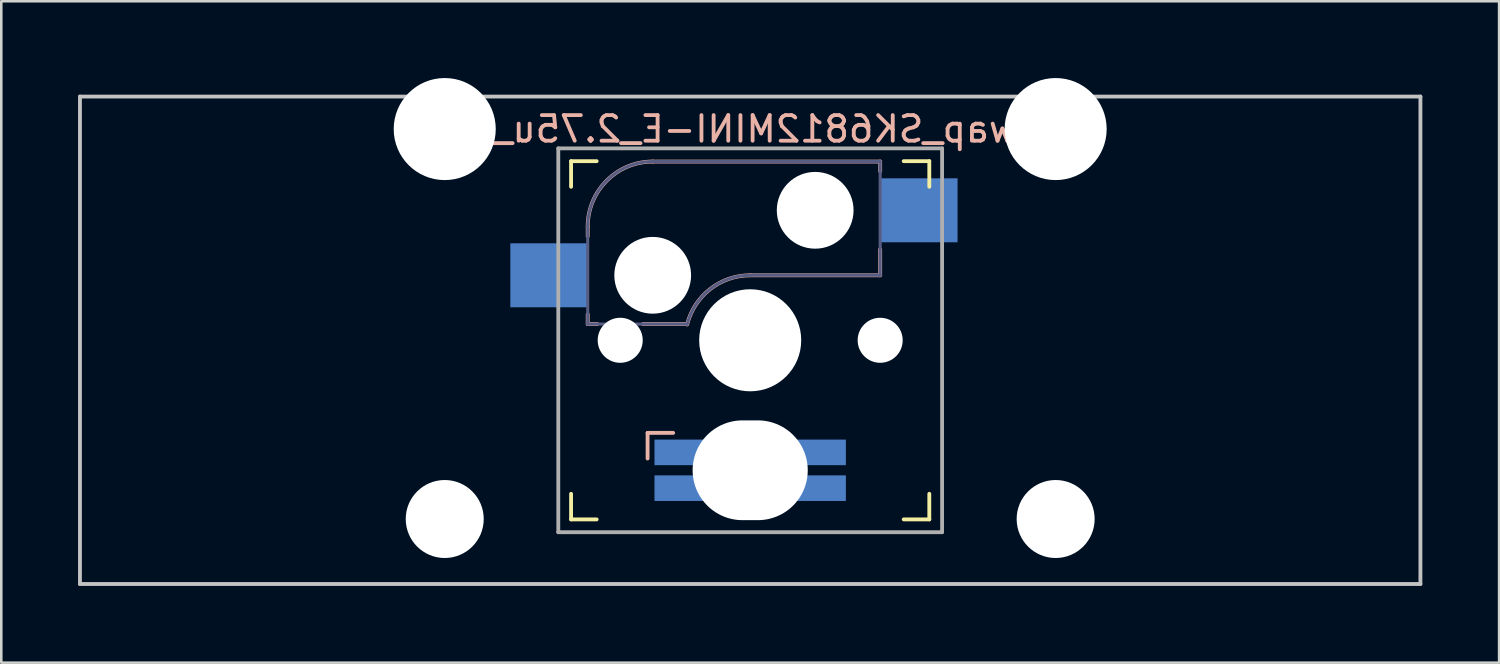
<source format=kicad_pcb>
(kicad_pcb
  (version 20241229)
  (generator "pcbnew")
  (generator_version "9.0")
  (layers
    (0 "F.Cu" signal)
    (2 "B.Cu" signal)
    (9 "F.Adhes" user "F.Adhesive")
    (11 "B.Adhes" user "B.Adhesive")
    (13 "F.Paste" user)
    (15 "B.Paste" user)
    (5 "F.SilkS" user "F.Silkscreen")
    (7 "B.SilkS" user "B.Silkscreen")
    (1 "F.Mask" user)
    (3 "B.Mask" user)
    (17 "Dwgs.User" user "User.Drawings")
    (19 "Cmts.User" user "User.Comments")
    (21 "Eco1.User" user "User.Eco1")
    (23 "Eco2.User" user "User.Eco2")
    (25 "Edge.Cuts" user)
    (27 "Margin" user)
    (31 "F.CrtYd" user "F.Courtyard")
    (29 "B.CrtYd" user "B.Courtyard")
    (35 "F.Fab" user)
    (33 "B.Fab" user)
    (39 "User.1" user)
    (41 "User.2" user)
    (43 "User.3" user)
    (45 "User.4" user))
  (footprint "Hotswap_SK6812MINI-E_2.75u_1_Alt"
    (layer "F.Cu")
    (at 26.269 10.249)
    (property "Reference" "Hotswap_SK6812MINI-E_2.75u_1_Alt" (at 0 -8.255 0) (layer "B.SilkS") (effects (font (size 1 1) (thickness 0.15)) (justify mirror)))
    (attr through_hole)
    (fp_line (start -7 -6) (end -7 -7) (stroke (width 0.15) (type solid)) (layer "F.SilkS"))
    (fp_line (start -7 7) (end -7 6) (stroke (width 0.15) (type solid)) (layer "F.SilkS"))
    (fp_line (start -7 7) (end -6 7) (stroke (width 0.15) (type solid)) (layer "F.SilkS"))
    (fp_line (start -6 -7) (end -7 -7) (stroke (width 0.15) (type solid)) (layer "F.SilkS"))
    (fp_line (start 6 7) (end 7 7) (stroke (width 0.15) (type solid)) (layer "F.SilkS"))
    (fp_line (start 7 -7) (end 6 -7) (stroke (width 0.15) (type solid)) (layer "F.SilkS"))
    (fp_line (start 7 -7) (end 7 -6) (stroke (width 0.15) (type solid)) (layer "F.SilkS"))
    (fp_line (start 7 6) (end 7 7) (stroke (width 0.15) (type solid)) (layer "F.SilkS"))
    (fp_line (start -6.35 -4.445) (end -6.35 -4.064) (stroke (width 0.15) (type solid)) (layer "B.SilkS"))
    (fp_line (start -6.35 -1.016) (end -6.35 -0.635) (stroke (width 0.15) (type solid)) (layer "B.SilkS"))
    (fp_line (start -6.35 -0.635) (end -5.969 -0.635) (stroke (width 0.15) (type solid)) (layer "B.SilkS"))
    (fp_line (start -4.191 -0.635) (end -2.54 -0.635) (stroke (width 0.15) (type solid)) (layer "B.SilkS"))
    (fp_line (start -4.01 4.62) (end -4.01 3.619) (stroke (width 0.15) (type solid)) (layer "B.SilkS"))
    (fp_line (start -3.01 3.619) (end -4.01 3.619) (stroke (width 0.15) (type solid)) (layer "B.SilkS"))
    (fp_line (start 0 -2.54) (end 5.08 -2.54) (stroke (width 0.15) (type solid)) (layer "B.SilkS"))
    (fp_line (start 5.08 -6.985) (end -3.81 -6.985) (stroke (width 0.15) (type solid)) (layer "B.SilkS"))
    (fp_line (start 5.08 -6.604) (end 5.08 -6.985) (stroke (width 0.15) (type solid)) (layer "B.SilkS"))
    (fp_line (start 5.08 -2.54) (end 5.08 -3.556) (stroke (width 0.15) (type solid)) (layer "B.SilkS"))
    (fp_arc (start -6.35 -4.445) (mid -5.606051 -6.241051) (end -3.81 -6.985) (stroke (width 0.15) (type solid)) (layer "B.SilkS"))
    (fp_arc (start -2.464162 -0.61604) (mid -1.563147 -2.002042) (end 0 -2.54) (stroke (width 0.15) (type solid)) (layer "B.SilkS"))
    (fp_line (start -26.194 -9.525) (end 26.194 -9.525) (stroke (width 0.15) (type solid)) (layer "Dwgs.User"))
    (fp_line (start -26.194 9.525) (end -26.194 -9.525) (stroke (width 0.15) (type solid)) (layer "Dwgs.User"))
    (fp_line (start 26.194 -9.525) (end 26.194 9.525) (stroke (width 0.15) (type solid)) (layer "Dwgs.User"))
    (fp_line (start 26.194 9.525) (end -26.194 9.525) (stroke (width 0.15) (type solid)) (layer "Dwgs.User"))
    (fp_line (start -13.589 -6.096) (end -13.589 5.334) (stroke (width 0.152) (type solid)) (layer "Eco2.User"))
    (fp_line (start -13.589 5.334) (end -10.287 5.334) (stroke (width 0.152) (type solid)) (layer "Eco2.User"))
    (fp_line (start -10.287 -6.096) (end -13.589 -6.096) (stroke (width 0.152) (type solid)) (layer "Eco2.User"))
    (fp_line (start -10.287 5.334) (end -10.287 -6.096) (stroke (width 0.152) (type solid)) (layer "Eco2.User"))
    (fp_line (start -6.9 6.9) (end -6.9 -6.9) (stroke (width 0.15) (type solid)) (layer "Eco2.User"))
    (fp_line (start -6.9 6.9) (end 6.9 6.9) (stroke (width 0.15) (type solid)) (layer "Eco2.User"))
    (fp_line (start 6.9 -6.9) (end -6.9 -6.9) (stroke (width 0.15) (type solid)) (layer "Eco2.User"))
    (fp_line (start 6.9 -6.9) (end 6.9 6.9) (stroke (width 0.15) (type solid)) (layer "Eco2.User"))
    (fp_line (start 10.287 -6.096) (end 10.287 5.334) (stroke (width 0.152) (type solid)) (layer "Eco2.User"))
    (fp_line (start 10.287 5.334) (end 13.589 5.334) (stroke (width 0.152) (type solid)) (layer "Eco2.User"))
    (fp_line (start 13.589 -6.096) (end 10.287 -6.096) (stroke (width 0.152) (type solid)) (layer "Eco2.User"))
    (fp_line (start 13.589 5.334) (end 13.589 -6.096) (stroke (width 0.152) (type solid)) (layer "Eco2.User"))
    (fp_line (start -6.35 -4.445) (end -6.35 -0.635) (stroke (width 0.12) (type solid)) (layer "B.Fab"))
    (fp_line (start -6.35 -0.635) (end -2.54 -0.635) (stroke (width 0.12) (type solid)) (layer "B.Fab"))
    (fp_line (start 0 -2.54) (end 5.08 -2.54) (stroke (width 0.12) (type solid)) (layer "B.Fab"))
    (fp_line (start 5.08 -6.985) (end -3.81 -6.985) (stroke (width 0.12) (type solid)) (layer "B.Fab"))
    (fp_line (start 5.08 -2.54) (end 5.08 -6.985) (stroke (width 0.12) (type solid)) (layer "B.Fab"))
    (fp_arc (start -6.35 -4.445) (mid -5.606051 -6.241051) (end -3.81 -6.985) (stroke (width 0.12) (type solid)) (layer "B.Fab"))
    (fp_arc (start -2.464162 -0.61604) (mid -1.563147 -2.002042) (end 0 -2.54) (stroke (width 0.12) (type solid)) (layer "B.Fab"))
    (fp_line (start -7.5 -7.5) (end 7.5 -7.5) (stroke (width 0.15) (type solid)) (layer "F.Fab"))
    (fp_line (start -7.5 7.5) (end -7.5 -7.5) (stroke (width 0.15) (type solid)) (layer "F.Fab"))
    (fp_line (start 7.5 -7.5) (end 7.5 7.5) (stroke (width 0.15) (type solid)) (layer "F.Fab"))
    (fp_line (start 7.5 7.5) (end -7.5 7.5) (stroke (width 0.15) (type solid)) (layer "F.Fab"))
    (pad "" np_thru_hole circle (at -11.938 -8.255 180) (size 3.988 3.988) (drill 3.988) (layers "*.Cu" "*.Mask"))
    (pad "" np_thru_hole circle (at -11.938 6.985 180) (size 3.048 3.048) (drill 3.048) (layers "*.Cu" "*.Mask"))
    (pad "" np_thru_hole circle (at -5.08 0 180) (size 1.76 1.76) (drill 1.76) (layers "*.Cu" "*.Mask"))
    (pad "" np_thru_hole circle (at -3.81 -2.54 180) (size 3 3) (drill 3) (layers "*.Cu" "*.Mask"))
    (pad "" np_thru_hole circle (at 0 0 180) (size 3.988 3.988) (drill 3.988) (layers "*.Cu" "*.Mask"))
    (pad "" np_thru_hole oval (at 0 5.08 180) (size 4.5 3.9) (drill oval 4.5 3.9) (layers "*.Cu" "*.Mask"))
    (pad "" np_thru_hole circle (at 2.54 -5.08 180) (size 3 3) (drill 3) (layers "*.Cu" "*.Mask"))
    (pad "" np_thru_hole circle (at 5.08 0 180) (size 1.76 1.76) (drill 1.76) (layers "*.Cu" "*.Mask"))
    (pad "" np_thru_hole circle (at 11.938 -8.255 180) (size 3.988 3.988) (drill 3.988) (layers "*.Cu" "*.Mask"))
    (pad "" np_thru_hole circle (at 11.938 6.985 180) (size 3.048 3.048) (drill 3.048) (layers "*.Cu" "*.Mask"))
    (pad "1" smd rect (at -7.874 -2.54 180) (size 3 2.5) (layers "B.Cu" "B.Mask"))
    (pad "2" smd rect (at 6.604 -5.08 180) (size 3 2.5) (layers "B.Cu" "B.Mask"))
    (pad "DIN" smd rect (at -2.74 5.779 270) (size 1 2) (layers "B.Cu" "B.Mask"))
    (pad "DOUT" smd rect (at 2.74 4.381 270) (size 1 2) (layers "B.Cu" "B.Mask"))
    (pad "GND" smd rect (at -2.74 4.381 270) (size 1 2) (layers "B.Cu" "B.Mask"))
    (pad "VDD" smd rect (at 2.74 5.779 270) (size 1 2) (layers "B.Cu" "B.Mask")))
  (gr_rect
    (start -3 -3)
    (end 55.538 22.849)
    (stroke (width 0.1) (type default))
    (fill no)
    (layer "Edge.Cuts")))
</source>
